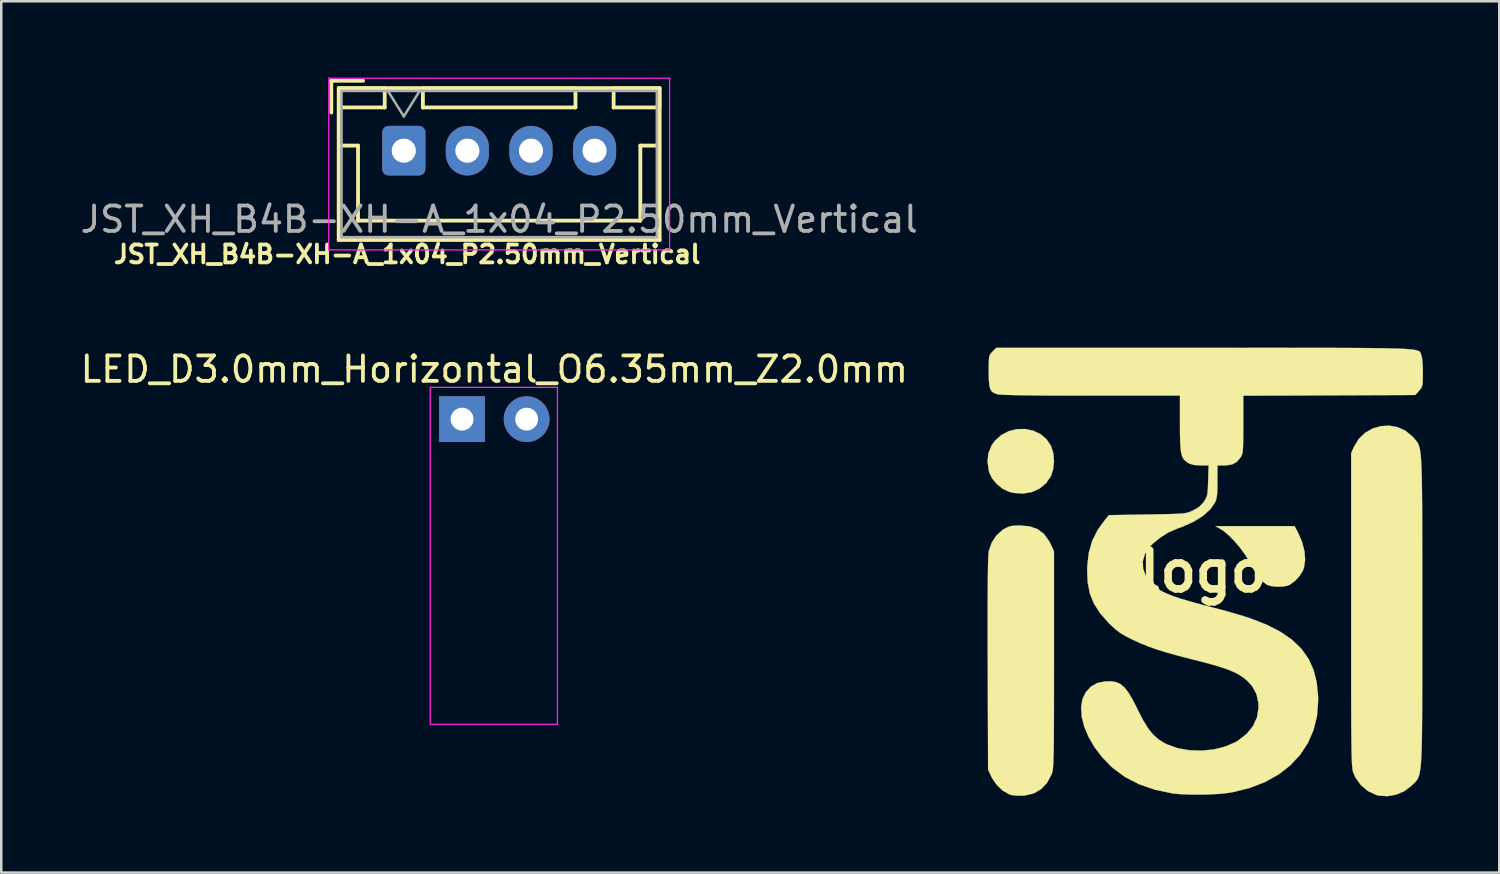
<source format=kicad_pcb>
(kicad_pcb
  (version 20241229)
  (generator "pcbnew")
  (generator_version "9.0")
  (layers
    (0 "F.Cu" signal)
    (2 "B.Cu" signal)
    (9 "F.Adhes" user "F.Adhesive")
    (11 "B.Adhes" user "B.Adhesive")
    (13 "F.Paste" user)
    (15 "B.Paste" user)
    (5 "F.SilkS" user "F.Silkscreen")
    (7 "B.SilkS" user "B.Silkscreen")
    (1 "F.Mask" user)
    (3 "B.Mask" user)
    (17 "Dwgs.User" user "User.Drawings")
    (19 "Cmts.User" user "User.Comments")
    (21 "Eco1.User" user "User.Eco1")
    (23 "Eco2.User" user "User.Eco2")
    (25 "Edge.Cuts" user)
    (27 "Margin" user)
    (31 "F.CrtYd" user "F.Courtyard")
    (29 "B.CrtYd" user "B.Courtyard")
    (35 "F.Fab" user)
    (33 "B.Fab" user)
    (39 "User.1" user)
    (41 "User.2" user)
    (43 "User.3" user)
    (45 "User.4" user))
  (footprint "LED_D3.0mm_Horizontal_O6.35mm_Z2.0mm"
    (layer "F.Cu")
    (at 15.117 13.43)
    (property "Reference" "LED_D3.0mm_Horizontal_O6.35mm_Z2.0mm" (at 1.27 -1.96 0) (layer "F.SilkS") (effects (font (size 1 1) (thickness 0.15))))
    (attr through_hole)
    (fp_line (start -1.25 -1.25) (end -1.25 12) (stroke (width 0.05) (type solid)) (layer "F.CrtYd"))
    (fp_line (start -1.25 12) (end 3.75 12) (stroke (width 0.05) (type solid)) (layer "F.CrtYd"))
    (fp_line (start 3.75 -1.25) (end -1.25 -1.25) (stroke (width 0.05) (type solid)) (layer "F.CrtYd"))
    (fp_line (start 3.75 12) (end 3.75 -1.25) (stroke (width 0.05) (type solid)) (layer "F.CrtYd"))
    (fp_line (start 0 0) (end 0 0) (stroke (width 0.1) (type solid)) (layer "F.Fab"))
    (fp_line (start 2.54 0) (end 2.54 0) (stroke (width 0.1) (type solid)) (layer "F.Fab"))
    (pad "1" thru_hole rect (at 0 0) (size 1.8 1.8) (drill 0.9) (layers "*.Cu" "*.Mask"))
    (pad "2" thru_hole circle (at 2.54 0) (size 1.8 1.8) (drill 0.9) (layers "*.Cu" "*.Mask")))
  (footprint "JST_XH_B4B-XH-A_1x04_P2.50mm_Vertical"
    (layer "F.Cu")
    (at 12.827 2.875)
    (property "Reference" "JST_XH_B4B-XH-A_1x04_P2.50mm_Vertical" (at 0.134 4.074 180) (layer "F.SilkS") (effects (font (size 0.7 0.7) (thickness 0.15))))
    (attr through_hole)
    (fp_line (start -2.85 -2.75) (end -2.85 -1.5) (stroke (width 0.15) (type solid)) (layer "F.SilkS"))
    (fp_line (start -2.56 -2.46) (end -2.56 3.51) (stroke (width 0.15) (type solid)) (layer "F.SilkS"))
    (fp_line (start -2.56 3.51) (end 10.06 3.51) (stroke (width 0.15) (type solid)) (layer "F.SilkS"))
    (fp_line (start -2.55 -2.45) (end -2.55 -1.7) (stroke (width 0.15) (type solid)) (layer "F.SilkS"))
    (fp_line (start -2.55 -1.7) (end -0.75 -1.7) (stroke (width 0.15) (type solid)) (layer "F.SilkS"))
    (fp_line (start -2.55 -0.2) (end -1.8 -0.2) (stroke (width 0.15) (type solid)) (layer "F.SilkS"))
    (fp_line (start -1.8 -0.2) (end -1.8 2.75) (stroke (width 0.15) (type solid)) (layer "F.SilkS"))
    (fp_line (start -1.8 2.75) (end 3.75 2.75) (stroke (width 0.15) (type solid)) (layer "F.SilkS"))
    (fp_line (start -1.6 -2.75) (end -2.85 -2.75) (stroke (width 0.15) (type solid)) (layer "F.SilkS"))
    (fp_line (start -0.75 -2.45) (end -2.55 -2.45) (stroke (width 0.15) (type solid)) (layer "F.SilkS"))
    (fp_line (start -0.75 -1.7) (end -0.75 -2.45) (stroke (width 0.15) (type solid)) (layer "F.SilkS"))
    (fp_line (start 0.75 -2.45) (end 0.75 -1.7) (stroke (width 0.15) (type solid)) (layer "F.SilkS"))
    (fp_line (start 0.75 -1.7) (end 6.75 -1.7) (stroke (width 0.15) (type solid)) (layer "F.SilkS"))
    (fp_line (start 6.75 -2.45) (end 0.75 -2.45) (stroke (width 0.15) (type solid)) (layer "F.SilkS"))
    (fp_line (start 6.75 -1.7) (end 6.75 -2.45) (stroke (width 0.15) (type solid)) (layer "F.SilkS"))
    (fp_line (start 8.25 -2.45) (end 8.25 -1.7) (stroke (width 0.15) (type solid)) (layer "F.SilkS"))
    (fp_line (start 8.25 -1.7) (end 10.05 -1.7) (stroke (width 0.15) (type solid)) (layer "F.SilkS"))
    (fp_line (start 9.3 -0.2) (end 9.3 2.75) (stroke (width 0.15) (type solid)) (layer "F.SilkS"))
    (fp_line (start 9.3 2.75) (end 3.75 2.75) (stroke (width 0.15) (type solid)) (layer "F.SilkS"))
    (fp_line (start 10.05 -2.45) (end 8.25 -2.45) (stroke (width 0.15) (type solid)) (layer "F.SilkS"))
    (fp_line (start 10.05 -1.7) (end 10.05 -2.45) (stroke (width 0.15) (type solid)) (layer "F.SilkS"))
    (fp_line (start 10.05 -0.2) (end 9.3 -0.2) (stroke (width 0.15) (type solid)) (layer "F.SilkS"))
    (fp_line (start 10.06 -2.46) (end -2.56 -2.46) (stroke (width 0.15) (type solid)) (layer "F.SilkS"))
    (fp_line (start 10.06 3.51) (end 10.06 -2.46) (stroke (width 0.15) (type solid)) (layer "F.SilkS"))
    (fp_line (start -2.95 -2.85) (end -2.95 3.9) (stroke (width 0.05) (type solid)) (layer "F.CrtYd"))
    (fp_line (start -2.95 3.9) (end 10.45 3.9) (stroke (width 0.05) (type solid)) (layer "F.CrtYd"))
    (fp_line (start 10.45 -2.85) (end -2.95 -2.85) (stroke (width 0.05) (type solid)) (layer "F.CrtYd"))
    (fp_line (start 10.45 3.9) (end 10.45 -2.85) (stroke (width 0.05) (type solid)) (layer "F.CrtYd"))
    (fp_line (start -2.45 -2.35) (end -2.45 3.4) (stroke (width 0.1) (type solid)) (layer "F.Fab"))
    (fp_line (start -2.45 3.4) (end 9.95 3.4) (stroke (width 0.1) (type solid)) (layer "F.Fab"))
    (fp_line (start -0.625 -2.35) (end 0 -1.35) (stroke (width 0.1) (type solid)) (layer "F.Fab"))
    (fp_line (start 0 -1.35) (end 0.625 -2.35) (stroke (width 0.1) (type solid)) (layer "F.Fab"))
    (fp_line (start 9.95 -2.35) (end -2.45 -2.35) (stroke (width 0.1) (type solid)) (layer "F.Fab"))
    (fp_line (start 9.95 3.4) (end 9.95 -2.35) (stroke (width 0.1) (type solid)) (layer "F.Fab"))
    (fp_text user "${REFERENCE}" (at 3.75 2.7 0) (layer "F.Fab") (effects (font (size 1 1) (thickness 0.15))))
    (pad "1" thru_hole roundrect (at 0 0) (size 1.7 1.95) (drill 0.95) (layers "*.Cu" "*.Mask") (roundrect_rratio 0.147))
    (pad "2" thru_hole oval (at 2.5 0) (size 1.7 1.95) (drill 0.95) (layers "*.Cu" "*.Mask"))
    (pad "3" thru_hole oval (at 5 0) (size 1.7 1.95) (drill 0.95) (layers "*.Cu" "*.Mask"))
    (pad "4" thru_hole oval (at 7.5 0) (size 1.7 1.95) (drill 0.95) (layers "*.Cu" "*.Mask")))
  (footprint "logo"
    (layer "F.Cu")
    (at 44.259 19.415)
    (property "Reference" "logo" (at 0 0 0) (layer "F.SilkS") (effects (font (size 1.524 1.524) (thickness 0.3))))
    (attr through_hole)
    (fp_poly (pts (xy -6.688 -5.532) (xy -6.402 -5.398) (xy -6.161 -5.196) (xy -5.986 -4.936) (xy -5.893 -4.645) (xy -5.866 -4.317) (xy -5.904 -3.991) (xy -5.988 -3.746) (xy -6.177 -3.467) (xy -6.431 -3.256) (xy -6.737 -3.118) (xy -7.08 -3.059) (xy -7.446 -3.084) (xy -7.638 -3.131) (xy -7.886 -3.249) (xy -8.115 -3.433) (xy -8.301 -3.657) (xy -8.416 -3.894) (xy -8.424 -3.923) (xy -8.481 -4.307) (xy -8.445 -4.65) (xy -8.317 -4.958) (xy -8.19 -5.133) (xy -7.937 -5.361) (xy -7.643 -5.513) (xy -7.325 -5.592) (xy -7.001 -5.597) (xy -6.688 -5.532)) (stroke (width 0.01) (type solid)) (fill yes) (layer "F.SilkS"))
    (fp_poly (pts (xy 3.721 -1.537) (xy 3.884 -1.168) (xy 3.98 -0.801) (xy 4.007 -0.455) (xy 3.963 -0.149) (xy 3.917 -0.025) (xy 3.786 0.184) (xy 3.609 0.376) (xy 3.417 0.517) (xy 3.337 0.556) (xy 3.142 0.598) (xy 2.906 0.605) (xy 2.675 0.58) (xy 2.506 0.528) (xy 2.371 0.424) (xy 2.209 0.24) (xy 2.032 -0.009) (xy 1.851 -0.31) (xy 1.785 -0.432) (xy 1.638 -0.673) (xy 1.447 -0.931) (xy 1.233 -1.184) (xy 1.015 -1.407) (xy 0.816 -1.577) (xy 0.725 -1.638) (xy 0.483 -1.777) (xy 2.037 -1.778) (xy 3.591 -1.778) (xy 3.721 -1.537)) (stroke (width 0.01) (type solid)) (fill yes) (layer "F.SilkS"))
    (fp_poly (pts (xy -7.188 -1.803) (xy -6.818 -1.768) (xy -6.516 -1.661) (xy -6.269 -1.476) (xy -6.068 -1.204) (xy -5.984 -1.041) (xy -5.867 -0.787) (xy -5.867 3.48) (xy -5.868 4.241) (xy -5.868 4.907) (xy -5.869 5.485) (xy -5.87 5.981) (xy -5.872 6.403) (xy -5.875 6.756) (xy -5.879 7.049) (xy -5.885 7.286) (xy -5.891 7.476) (xy -5.899 7.625) (xy -5.908 7.739) (xy -5.919 7.826) (xy -5.932 7.891) (xy -5.946 7.942) (xy -5.957 7.972) (xy -6.137 8.31) (xy -6.372 8.562) (xy -6.664 8.73) (xy -7.011 8.813) (xy -7.103 8.82) (xy -7.328 8.819) (xy -7.524 8.797) (xy -7.613 8.773) (xy -7.874 8.627) (xy -8.111 8.406) (xy -8.296 8.139) (xy -8.325 8.081) (xy -8.458 7.798) (xy -8.472 3.634) (xy -8.475 2.753) (xy -8.475 1.971) (xy -8.474 1.289) (xy -8.472 0.704) (xy -8.467 0.217) (xy -8.461 -0.174) (xy -8.454 -0.472) (xy -8.444 -0.675) (xy -8.433 -0.787) (xy -8.432 -0.791) (xy -8.318 -1.126) (xy -8.13 -1.413) (xy -7.883 -1.632) (xy -7.84 -1.659) (xy -7.699 -1.735) (xy -7.569 -1.778) (xy -7.414 -1.798) (xy -7.197 -1.803) (xy -7.188 -1.803)) (stroke (width 0.01) (type solid)) (fill yes) (layer "F.SilkS"))
    (fp_poly (pts (xy 7.638 -5.672) (xy 7.943 -5.536) (xy 8.211 -5.318) (xy 8.253 -5.272) (xy 8.306 -5.212) (xy 8.353 -5.16) (xy 8.394 -5.109) (xy 8.432 -5.054) (xy 8.464 -4.989) (xy 8.493 -4.909) (xy 8.517 -4.808) (xy 8.538 -4.681) (xy 8.556 -4.523) (xy 8.57 -4.327) (xy 8.582 -4.088) (xy 8.591 -3.802) (xy 8.598 -3.461) (xy 8.603 -3.061) (xy 8.607 -2.597) (xy 8.609 -2.062) (xy 8.61 -1.452) (xy 8.611 -0.76) (xy 8.611 0.019) (xy 8.611 0.89) (xy 8.611 1.549) (xy 8.611 2.492) (xy 8.611 3.338) (xy 8.611 4.094) (xy 8.611 4.764) (xy 8.609 5.355) (xy 8.606 5.871) (xy 8.602 6.319) (xy 8.596 6.704) (xy 8.587 7.03) (xy 8.576 7.305) (xy 8.561 7.532) (xy 8.544 7.719) (xy 8.522 7.869) (xy 8.497 7.989) (xy 8.467 8.084) (xy 8.433 8.16) (xy 8.393 8.222) (xy 8.349 8.275) (xy 8.298 8.325) (xy 8.241 8.378) (xy 8.178 8.438) (xy 8.178 8.439) (xy 7.906 8.644) (xy 7.585 8.78) (xy 7.242 8.84) (xy 6.905 8.817) (xy 6.807 8.792) (xy 6.483 8.642) (xy 6.205 8.411) (xy 5.991 8.115) (xy 5.913 7.945) (xy 5.898 7.905) (xy 5.885 7.859) (xy 5.874 7.802) (xy 5.864 7.728) (xy 5.855 7.632) (xy 5.847 7.508) (xy 5.841 7.35) (xy 5.835 7.153) (xy 5.831 6.912) (xy 5.827 6.622) (xy 5.824 6.275) (xy 5.821 5.867) (xy 5.82 5.393) (xy 5.818 4.847) (xy 5.817 4.223) (xy 5.817 3.516) (xy 5.817 2.719) (xy 5.817 1.829) (xy 5.817 1.524) (xy 5.817 -4.648) (xy 5.937 -4.914) (xy 6.123 -5.215) (xy 6.37 -5.45) (xy 6.661 -5.616) (xy 6.981 -5.709) (xy 7.311 -5.729) (xy 7.638 -5.672)) (stroke (width 0.01) (type solid)) (fill yes) (layer "F.SilkS"))
    (fp_poly (pts (xy 3.011 -8.789) (xy 3.817 -8.788) (xy 4.539 -8.788) (xy 5.183 -8.786) (xy 5.753 -8.784) (xy 6.253 -8.781) (xy 6.689 -8.777) (xy 7.064 -8.772) (xy 7.384 -8.766) (xy 7.653 -8.758) (xy 7.876 -8.749) (xy 8.057 -8.737) (xy 8.201 -8.724) (xy 8.312 -8.709) (xy 8.395 -8.691) (xy 8.455 -8.672) (xy 8.496 -8.649) (xy 8.524 -8.624) (xy 8.541 -8.596) (xy 8.554 -8.565) (xy 8.567 -8.531) (xy 8.575 -8.51) (xy 8.602 -8.398) (xy 8.623 -8.208) (xy 8.634 -7.966) (xy 8.636 -7.822) (xy 8.635 -7.576) (xy 8.628 -7.409) (xy 8.611 -7.297) (xy 8.579 -7.217) (xy 8.528 -7.146) (xy 8.488 -7.1) (xy 8.34 -6.934) (xy 1.575 -6.906) (xy 1.575 -5.772) (xy 1.574 -5.403) (xy 1.572 -5.122) (xy 1.567 -4.913) (xy 1.558 -4.763) (xy 1.544 -4.657) (xy 1.522 -4.58) (xy 1.493 -4.519) (xy 1.459 -4.466) (xy 1.315 -4.301) (xy 1.142 -4.206) (xy 0.91 -4.168) (xy 0.826 -4.166) (xy 0.559 -4.166) (xy 0.559 -3.529) (xy 0.556 -3.244) (xy 0.547 -3.039) (xy 0.527 -2.891) (xy 0.496 -2.778) (xy 0.461 -2.701) (xy 0.273 -2.434) (xy -0.007 -2.184) (xy -0.37 -1.956) (xy -0.807 -1.759) (xy -1.029 -1.679) (xy -1.359 -1.535) (xy -1.695 -1.325) (xy -1.994 -1.079) (xy -2.118 -0.95) (xy -2.294 -0.68) (xy -2.375 -0.39) (xy -2.36 -0.093) (xy -2.25 0.196) (xy -2.079 0.43) (xy -1.951 0.557) (xy -1.808 0.671) (xy -1.641 0.775) (xy -1.437 0.875) (xy -1.187 0.974) (xy -0.878 1.077) (xy -0.501 1.188) (xy -0.043 1.313) (xy 0.356 1.416) (xy 0.703 1.508) (xy 1.058 1.606) (xy 1.393 1.703) (xy 1.682 1.791) (xy 1.876 1.855) (xy 2.51 2.105) (xy 3.049 2.384) (xy 3.498 2.695) (xy 3.859 3.043) (xy 4.138 3.434) (xy 4.338 3.873) (xy 4.463 4.364) (xy 4.517 4.913) (xy 4.52 5.085) (xy 4.475 5.683) (xy 4.338 6.24) (xy 4.114 6.754) (xy 3.807 7.219) (xy 3.421 7.632) (xy 2.96 7.989) (xy 2.427 8.285) (xy 1.827 8.517) (xy 1.163 8.681) (xy 0.965 8.715) (xy 0.672 8.747) (xy 0.314 8.769) (xy -0.077 8.779) (xy -0.469 8.778) (xy -0.832 8.765) (xy -1.132 8.74) (xy -1.194 8.732) (xy -1.886 8.59) (xy -2.511 8.375) (xy -3.069 8.088) (xy -3.555 7.731) (xy -3.641 7.653) (xy -3.988 7.29) (xy -4.278 6.905) (xy -4.509 6.508) (xy -4.675 6.113) (xy -4.774 5.729) (xy -4.801 5.369) (xy -4.753 5.043) (xy -4.625 4.764) (xy -4.62 4.755) (xy -4.41 4.527) (xy -4.152 4.385) (xy -3.861 4.328) (xy -3.629 4.323) (xy -3.433 4.353) (xy -3.263 4.426) (xy -3.107 4.554) (xy -2.955 4.745) (xy -2.794 5.009) (xy -2.615 5.357) (xy -2.559 5.472) (xy -2.359 5.862) (xy -2.17 6.169) (xy -1.978 6.409) (xy -1.77 6.596) (xy -1.533 6.747) (xy -1.418 6.805) (xy -1.002 6.954) (xy -0.541 7.035) (xy -0.059 7.05) (xy 0.421 7.001) (xy 0.873 6.888) (xy 1.274 6.713) (xy 1.372 6.654) (xy 1.71 6.388) (xy 1.959 6.082) (xy 2.115 5.741) (xy 2.176 5.372) (xy 2.171 5.182) (xy 2.094 4.826) (xy 1.929 4.518) (xy 1.733 4.304) (xy 1.581 4.178) (xy 1.412 4.066) (xy 1.215 3.963) (xy 0.975 3.864) (xy 0.682 3.763) (xy 0.323 3.656) (xy -0.116 3.539) (xy -0.45 3.454) (xy -0.985 3.317) (xy -1.438 3.191) (xy -1.828 3.07) (xy -2.171 2.948) (xy -2.487 2.819) (xy -2.794 2.678) (xy -3.058 2.544) (xy -3.263 2.421) (xy -3.443 2.284) (xy -3.634 2.109) (xy -3.734 2.01) (xy -4.059 1.641) (xy -4.297 1.268) (xy -4.456 0.873) (xy -4.542 0.435) (xy -4.563 -0.063) (xy -4.559 -0.203) (xy -4.499 -0.73) (xy -4.364 -1.201) (xy -4.144 -1.637) (xy -3.855 -2.032) (xy -3.705 -2.21) (xy -2.196 -2.235) (xy -1.764 -2.243) (xy -1.422 -2.25) (xy -1.156 -2.257) (xy -0.952 -2.266) (xy -0.799 -2.278) (xy -0.683 -2.295) (xy -0.592 -2.316) (xy -0.513 -2.344) (xy -0.433 -2.379) (xy -0.397 -2.396) (xy -0.165 -2.532) (xy 0.001 -2.7) (xy 0.034 -2.747) (xy 0.096 -2.848) (xy 0.138 -2.942) (xy 0.165 -3.056) (xy 0.181 -3.212) (xy 0.191 -3.434) (xy 0.195 -3.565) (xy 0.212 -4.166) (xy -0.11 -4.166) (xy -0.352 -4.181) (xy -0.53 -4.232) (xy -0.6 -4.269) (xy -0.695 -4.335) (xy -0.769 -4.411) (xy -0.825 -4.512) (xy -0.864 -4.649) (xy -0.89 -4.836) (xy -0.905 -5.086) (xy -0.913 -5.411) (xy -0.914 -5.815) (xy -0.914 -6.909) (xy -4.407 -6.909) (xy -5.17 -6.91) (xy -5.851 -6.912) (xy -6.447 -6.916) (xy -6.956 -6.922) (xy -7.375 -6.928) (xy -7.7 -6.937) (xy -7.931 -6.946) (xy -8.064 -6.957) (xy -8.088 -6.962) (xy -8.22 -7.008) (xy -8.313 -7.074) (xy -8.375 -7.174) (xy -8.411 -7.327) (xy -8.428 -7.548) (xy -8.433 -7.854) (xy -8.433 -7.864) (xy -8.432 -8.126) (xy -8.427 -8.307) (xy -8.415 -8.428) (xy -8.39 -8.509) (xy -8.35 -8.571) (xy -8.289 -8.635) (xy -8.284 -8.64) (xy -8.136 -8.788) (xy 0.049 -8.788) (xy 1.132 -8.788) (xy 2.118 -8.789) (xy 3.011 -8.789)) (stroke (width 0.01) (type solid)) (fill yes) (layer "F.SilkS")))
  (gr_rect
    (start -3 -3)
    (end 55.9 31.26)
    (stroke (width 0.1) (type default))
    (fill no)
    (layer "Edge.Cuts")))
</source>
